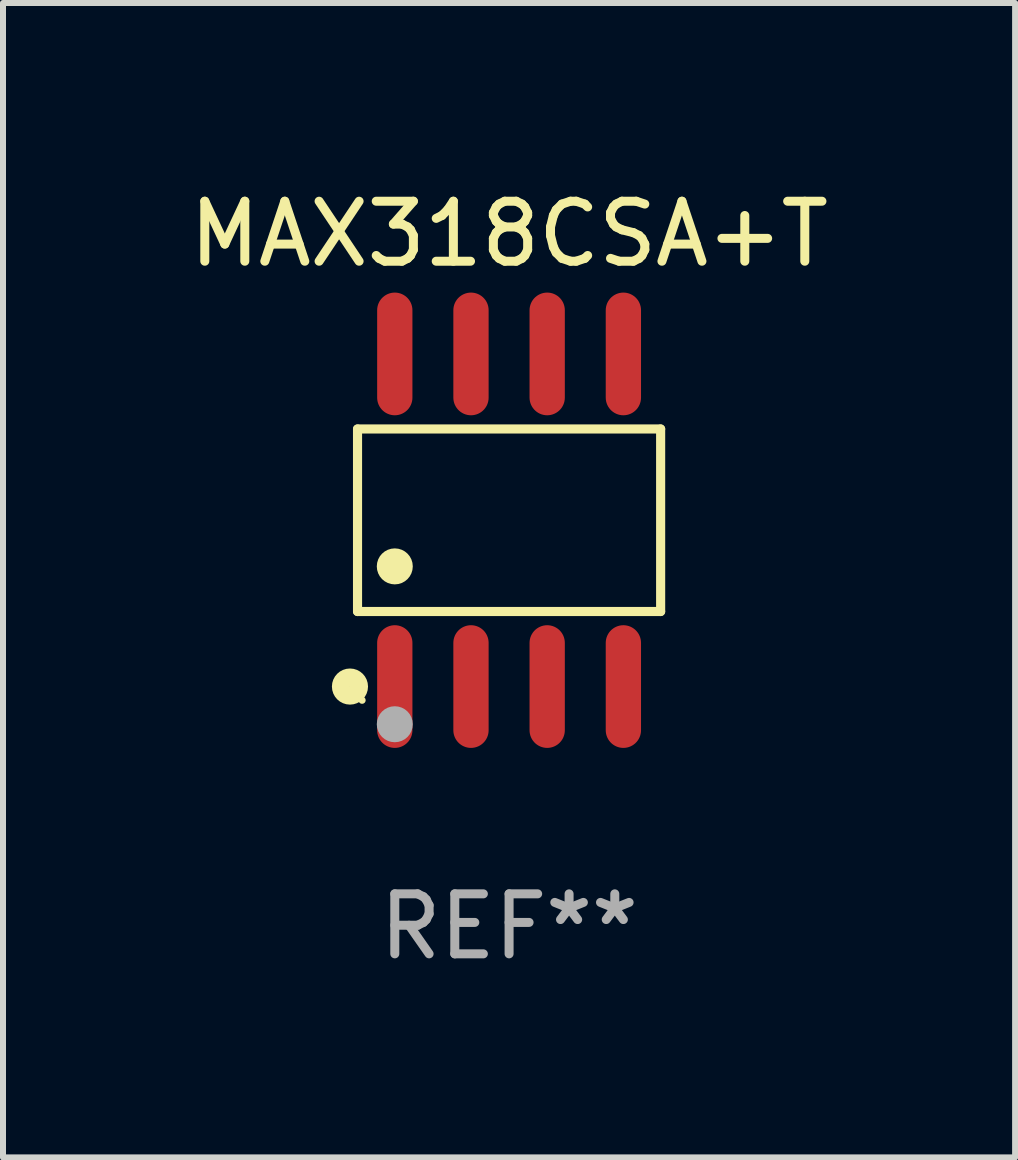
<source format=kicad_pcb>
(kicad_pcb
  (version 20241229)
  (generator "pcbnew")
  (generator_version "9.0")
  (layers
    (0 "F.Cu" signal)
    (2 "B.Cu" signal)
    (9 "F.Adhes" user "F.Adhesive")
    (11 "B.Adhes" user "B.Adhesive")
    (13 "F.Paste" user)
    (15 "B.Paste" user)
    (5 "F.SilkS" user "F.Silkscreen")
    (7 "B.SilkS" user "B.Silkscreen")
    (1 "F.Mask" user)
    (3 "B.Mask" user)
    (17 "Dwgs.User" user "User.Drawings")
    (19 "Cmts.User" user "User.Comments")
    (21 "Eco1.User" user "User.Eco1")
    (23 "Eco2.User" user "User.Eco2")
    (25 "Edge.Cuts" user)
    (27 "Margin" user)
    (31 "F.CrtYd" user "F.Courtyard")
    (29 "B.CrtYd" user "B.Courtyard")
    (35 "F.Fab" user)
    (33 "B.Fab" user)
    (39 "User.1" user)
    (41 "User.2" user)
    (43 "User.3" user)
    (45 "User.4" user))
  (footprint "MAX318CSA+T"
    (layer "F.Cu")
    (at 5.435 5.621)
    (property "Reference" "MAX318CSA+T" (at 0 -4.772 0) (layer "F.SilkS") (effects (font (size 1 1) (thickness 0.15))))
    (attr through_hole)
    (fp_line (start -2.526 -1.521) (end 2.526 -1.521) (stroke (width 0.152) (type solid)) (layer "F.SilkS"))
    (fp_line (start -2.526 1.521) (end -2.526 -1.521) (stroke (width 0.152) (type solid)) (layer "F.SilkS"))
    (fp_line (start 2.526 -1.521) (end 2.526 1.521) (stroke (width 0.152) (type solid)) (layer "F.SilkS"))
    (fp_line (start 2.526 1.521) (end -2.526 1.521) (stroke (width 0.152) (type solid)) (layer "F.SilkS"))
    (fp_circle (center -2.652 2.772) (end -2.501 2.772) (stroke (width 0.3) (type solid)) (fill no) (layer "F.SilkS"))
    (fp_circle (center -2.45 3) (end -2.42 3) (stroke (width 0.06) (type solid)) (fill no) (layer "F.SilkS"))
    (fp_circle (center -1.905 0.769) (end -1.755 0.769) (stroke (width 0.3) (type solid)) (fill no) (layer "F.SilkS"))
    (fp_circle (center -1.905 3.4) (end -1.755 3.4) (stroke (width 0.3) (type solid)) (fill no) (layer "F.Fab"))
    (fp_text user "REF**" (at 0 6.772 0) (layer "F.Fab") (effects (font (size 1 1) (thickness 0.15))))
    (pad "1" smd oval (at -1.905 2.772) (size 0.588 2.045) (layers "F.Cu" "F.Mask" "F.Paste"))
    (pad "2" smd oval (at -0.635 2.772) (size 0.588 2.045) (layers "F.Cu" "F.Mask" "F.Paste"))
    (pad "3" smd oval (at 0.635 2.772) (size 0.588 2.045) (layers "F.Cu" "F.Mask" "F.Paste"))
    (pad "4" smd oval (at 1.905 2.772) (size 0.588 2.045) (layers "F.Cu" "F.Mask" "F.Paste"))
    (pad "5" smd oval (at 1.905 -2.772) (size 0.588 2.045) (layers "F.Cu" "F.Mask" "F.Paste"))
    (pad "6" smd oval (at 0.635 -2.772) (size 0.588 2.045) (layers "F.Cu" "F.Mask" "F.Paste"))
    (pad "7" smd oval (at -0.635 -2.772) (size 0.588 2.045) (layers "F.Cu" "F.Mask" "F.Paste"))
    (pad "8" smd oval (at -1.905 -2.772) (size 0.588 2.045) (layers "F.Cu" "F.Mask" "F.Paste")))
  (gr_rect
    (start -3 -3)
    (end 13.869 16.241)
    (stroke (width 0.1) (type default))
    (fill no)
    (layer "Edge.Cuts")))
</source>
